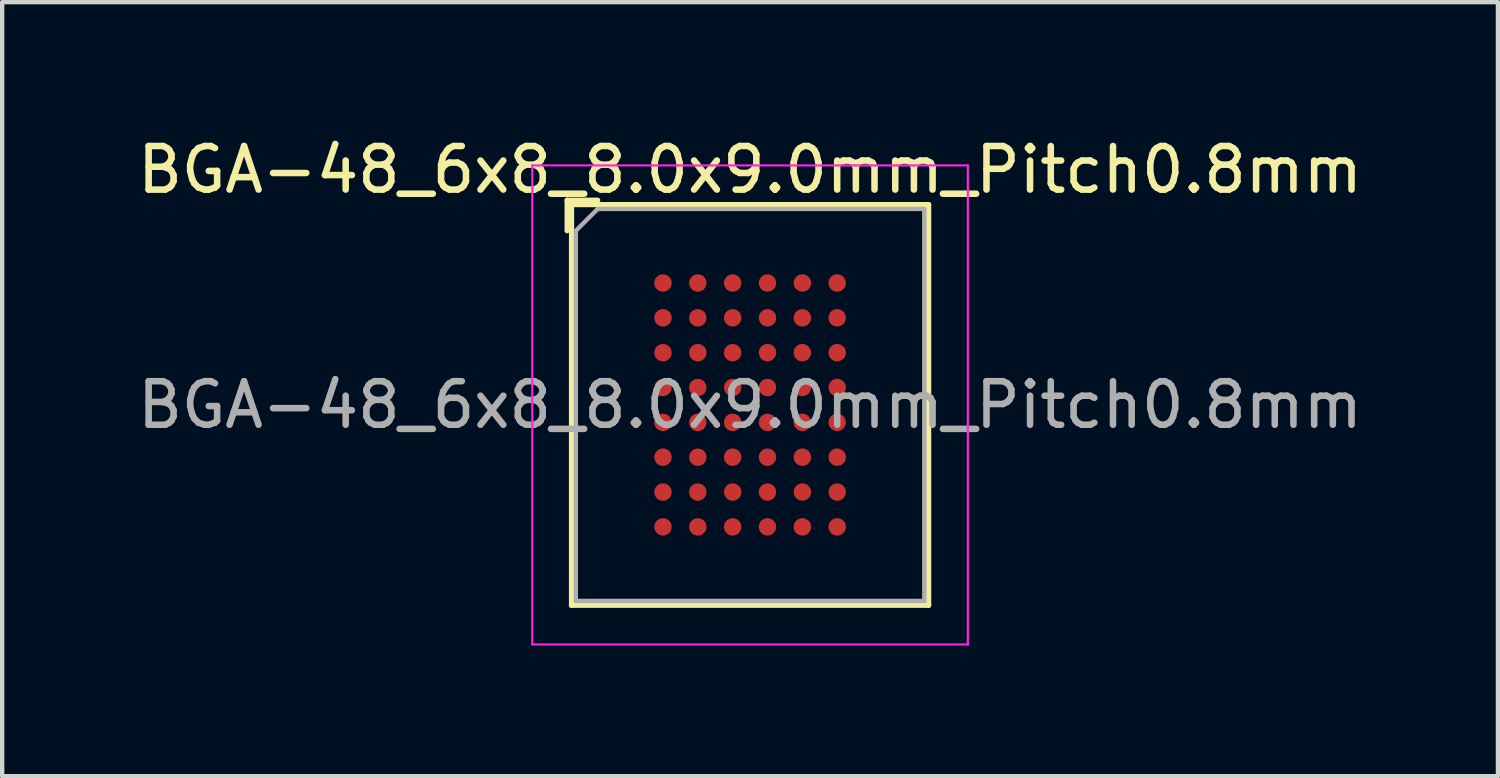
<source format=kicad_pcb>
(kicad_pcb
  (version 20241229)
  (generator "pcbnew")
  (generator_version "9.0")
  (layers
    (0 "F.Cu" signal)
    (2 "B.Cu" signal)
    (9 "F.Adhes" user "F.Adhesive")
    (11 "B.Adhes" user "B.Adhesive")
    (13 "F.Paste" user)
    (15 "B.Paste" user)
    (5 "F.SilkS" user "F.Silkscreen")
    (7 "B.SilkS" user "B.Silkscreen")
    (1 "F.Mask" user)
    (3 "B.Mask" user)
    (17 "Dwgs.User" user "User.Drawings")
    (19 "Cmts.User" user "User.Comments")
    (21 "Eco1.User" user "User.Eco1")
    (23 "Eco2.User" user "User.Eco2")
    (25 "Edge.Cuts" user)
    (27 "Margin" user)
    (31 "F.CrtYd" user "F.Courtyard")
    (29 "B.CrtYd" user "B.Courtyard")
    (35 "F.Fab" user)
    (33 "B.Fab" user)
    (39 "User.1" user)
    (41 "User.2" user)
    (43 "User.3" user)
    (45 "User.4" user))
  (footprint "BGA-48_6x8_8.0x9.0mm_Pitch0.8mm"
    (layer "F.Cu")
    (at 14.173 6.248)
    (property "Reference" "BGA-48_6x8_8.0x9.0mm_Pitch0.8mm" (at 0 -5.4 180) (layer "F.SilkS") (effects (font (size 1 1) (thickness 0.15))))
    (attr smd)
    (fp_line (start -4.2 -4.7) (end -3.5 -4.7) (stroke (width 0.12) (type solid)) (layer "F.SilkS"))
    (fp_line (start -4.2 -4) (end -4.2 -4.7) (stroke (width 0.12) (type solid)) (layer "F.SilkS"))
    (fp_line (start -4.1 -4.6) (end 4.1 -4.6) (stroke (width 0.12) (type solid)) (layer "F.SilkS"))
    (fp_line (start -4.1 4.6) (end -4.1 -4.6) (stroke (width 0.12) (type solid)) (layer "F.SilkS"))
    (fp_line (start 4.1 -4.6) (end 4.1 4.6) (stroke (width 0.12) (type solid)) (layer "F.SilkS"))
    (fp_line (start 4.1 4.6) (end -4.1 4.6) (stroke (width 0.12) (type solid)) (layer "F.SilkS"))
    (fp_line (start -5 -5.5) (end -5 5.5) (stroke (width 0.05) (type solid)) (layer "F.CrtYd"))
    (fp_line (start -5 -5.5) (end 5 -5.5) (stroke (width 0.05) (type solid)) (layer "F.CrtYd"))
    (fp_line (start 5 5.5) (end -5 5.5) (stroke (width 0.05) (type solid)) (layer "F.CrtYd"))
    (fp_line (start 5 5.5) (end 5 -5.5) (stroke (width 0.05) (type solid)) (layer "F.CrtYd"))
    (fp_line (start -4 -4) (end -3.5 -4.5) (stroke (width 0.1) (type solid)) (layer "F.Fab"))
    (fp_line (start -4 4.5) (end -4 -4) (stroke (width 0.1) (type solid)) (layer "F.Fab"))
    (fp_line (start -3.5 -4.5) (end 4 -4.5) (stroke (width 0.1) (type solid)) (layer "F.Fab"))
    (fp_line (start 4 -4.5) (end 4 4.5) (stroke (width 0.1) (type solid)) (layer "F.Fab"))
    (fp_line (start 4 4.5) (end -4 4.5) (stroke (width 0.1) (type solid)) (layer "F.Fab"))
    (fp_text user "${REFERENCE}" (at 0 0 0) (layer "F.Fab") (effects (font (size 1 1) (thickness 0.15))))
    (pad "A1" smd circle (at -2 -2.8) (size 0.4 0.4) (layers "F.Cu" "F.Mask" "F.Paste"))
    (pad "A2" smd circle (at -1.2 -2.8) (size 0.4 0.4) (layers "F.Cu" "F.Mask" "F.Paste"))
    (pad "A3" smd circle (at -0.4 -2.8) (size 0.4 0.4) (layers "F.Cu" "F.Mask" "F.Paste"))
    (pad "A4" smd circle (at 0.4 -2.8) (size 0.4 0.4) (layers "F.Cu" "F.Mask" "F.Paste"))
    (pad "A5" smd circle (at 1.2 -2.8) (size 0.4 0.4) (layers "F.Cu" "F.Mask" "F.Paste"))
    (pad "A6" smd circle (at 2 -2.8) (size 0.4 0.4) (layers "F.Cu" "F.Mask" "F.Paste"))
    (pad "B1" smd circle (at -2 -2) (size 0.4 0.4) (layers "F.Cu" "F.Mask" "F.Paste"))
    (pad "B2" smd circle (at -1.2 -2) (size 0.4 0.4) (layers "F.Cu" "F.Mask" "F.Paste"))
    (pad "B3" smd circle (at -0.4 -2) (size 0.4 0.4) (layers "F.Cu" "F.Mask" "F.Paste"))
    (pad "B4" smd circle (at 0.4 -2) (size 0.4 0.4) (layers "F.Cu" "F.Mask" "F.Paste"))
    (pad "B5" smd circle (at 1.2 -2) (size 0.4 0.4) (layers "F.Cu" "F.Mask" "F.Paste"))
    (pad "B6" smd circle (at 2 -2) (size 0.4 0.4) (layers "F.Cu" "F.Mask" "F.Paste"))
    (pad "C1" smd circle (at -2 -1.2) (size 0.4 0.4) (layers "F.Cu" "F.Mask" "F.Paste"))
    (pad "C2" smd circle (at -1.2 -1.2) (size 0.4 0.4) (layers "F.Cu" "F.Mask" "F.Paste"))
    (pad "C3" smd circle (at -0.4 -1.2) (size 0.4 0.4) (layers "F.Cu" "F.Mask" "F.Paste"))
    (pad "C4" smd circle (at 0.4 -1.2) (size 0.4 0.4) (layers "F.Cu" "F.Mask" "F.Paste"))
    (pad "C5" smd circle (at 1.2 -1.2) (size 0.4 0.4) (layers "F.Cu" "F.Mask" "F.Paste"))
    (pad "C6" smd circle (at 2 -1.2) (size 0.4 0.4) (layers "F.Cu" "F.Mask" "F.Paste"))
    (pad "D1" smd circle (at -2 -0.4) (size 0.4 0.4) (layers "F.Cu" "F.Mask" "F.Paste"))
    (pad "D2" smd circle (at -1.2 -0.4) (size 0.4 0.4) (layers "F.Cu" "F.Mask" "F.Paste"))
    (pad "D3" smd circle (at -0.4 -0.4) (size 0.4 0.4) (layers "F.Cu" "F.Mask" "F.Paste"))
    (pad "D4" smd circle (at 0.4 -0.4) (size 0.4 0.4) (layers "F.Cu" "F.Mask" "F.Paste"))
    (pad "D5" smd circle (at 1.2 -0.4) (size 0.4 0.4) (layers "F.Cu" "F.Mask" "F.Paste"))
    (pad "D6" smd circle (at 2 -0.4) (size 0.4 0.4) (layers "F.Cu" "F.Mask" "F.Paste"))
    (pad "E1" smd circle (at -2 0.4) (size 0.4 0.4) (layers "F.Cu" "F.Mask" "F.Paste"))
    (pad "E2" smd circle (at -1.2 0.4) (size 0.4 0.4) (layers "F.Cu" "F.Mask" "F.Paste"))
    (pad "E3" smd circle (at -0.4 0.4) (size 0.4 0.4) (layers "F.Cu" "F.Mask" "F.Paste"))
    (pad "E4" smd circle (at 0.4 0.4) (size 0.4 0.4) (layers "F.Cu" "F.Mask" "F.Paste"))
    (pad "E5" smd circle (at 1.2 0.4) (size 0.4 0.4) (layers "F.Cu" "F.Mask" "F.Paste"))
    (pad "E6" smd circle (at 2 0.4) (size 0.4 0.4) (layers "F.Cu" "F.Mask" "F.Paste"))
    (pad "F1" smd circle (at -2 1.2) (size 0.4 0.4) (layers "F.Cu" "F.Mask" "F.Paste"))
    (pad "F2" smd circle (at -1.2 1.2) (size 0.4 0.4) (layers "F.Cu" "F.Mask" "F.Paste"))
    (pad "F3" smd circle (at -0.4 1.2) (size 0.4 0.4) (layers "F.Cu" "F.Mask" "F.Paste"))
    (pad "F4" smd circle (at 0.4 1.2) (size 0.4 0.4) (layers "F.Cu" "F.Mask" "F.Paste"))
    (pad "F5" smd circle (at 1.2 1.2) (size 0.4 0.4) (layers "F.Cu" "F.Mask" "F.Paste"))
    (pad "F6" smd circle (at 2 1.2) (size 0.4 0.4) (layers "F.Cu" "F.Mask" "F.Paste"))
    (pad "G1" smd circle (at -2 2) (size 0.4 0.4) (layers "F.Cu" "F.Mask" "F.Paste"))
    (pad "G2" smd circle (at -1.2 2) (size 0.4 0.4) (layers "F.Cu" "F.Mask" "F.Paste"))
    (pad "G3" smd circle (at -0.4 2) (size 0.4 0.4) (layers "F.Cu" "F.Mask" "F.Paste"))
    (pad "G4" smd circle (at 0.4 2) (size 0.4 0.4) (layers "F.Cu" "F.Mask" "F.Paste"))
    (pad "G5" smd circle (at 1.2 2) (size 0.4 0.4) (layers "F.Cu" "F.Mask" "F.Paste"))
    (pad "G6" smd circle (at 2 2) (size 0.4 0.4) (layers "F.Cu" "F.Mask" "F.Paste"))
    (pad "H1" smd circle (at -2 2.8) (size 0.4 0.4) (layers "F.Cu" "F.Mask" "F.Paste"))
    (pad "H2" smd circle (at -1.2 2.8) (size 0.4 0.4) (layers "F.Cu" "F.Mask" "F.Paste"))
    (pad "H3" smd circle (at -0.4 2.8) (size 0.4 0.4) (layers "F.Cu" "F.Mask" "F.Paste"))
    (pad "H4" smd circle (at 0.4 2.8) (size 0.4 0.4) (layers "F.Cu" "F.Mask" "F.Paste"))
    (pad "H5" smd circle (at 1.2 2.8) (size 0.4 0.4) (layers "F.Cu" "F.Mask" "F.Paste"))
    (pad "H6" smd circle (at 2 2.8) (size 0.4 0.4) (layers "F.Cu" "F.Mask" "F.Paste")))
  (gr_rect
    (start -3 -3)
    (end 31.345 14.773)
    (stroke (width 0.1) (type default))
    (fill no)
    (layer "Edge.Cuts")))
</source>
